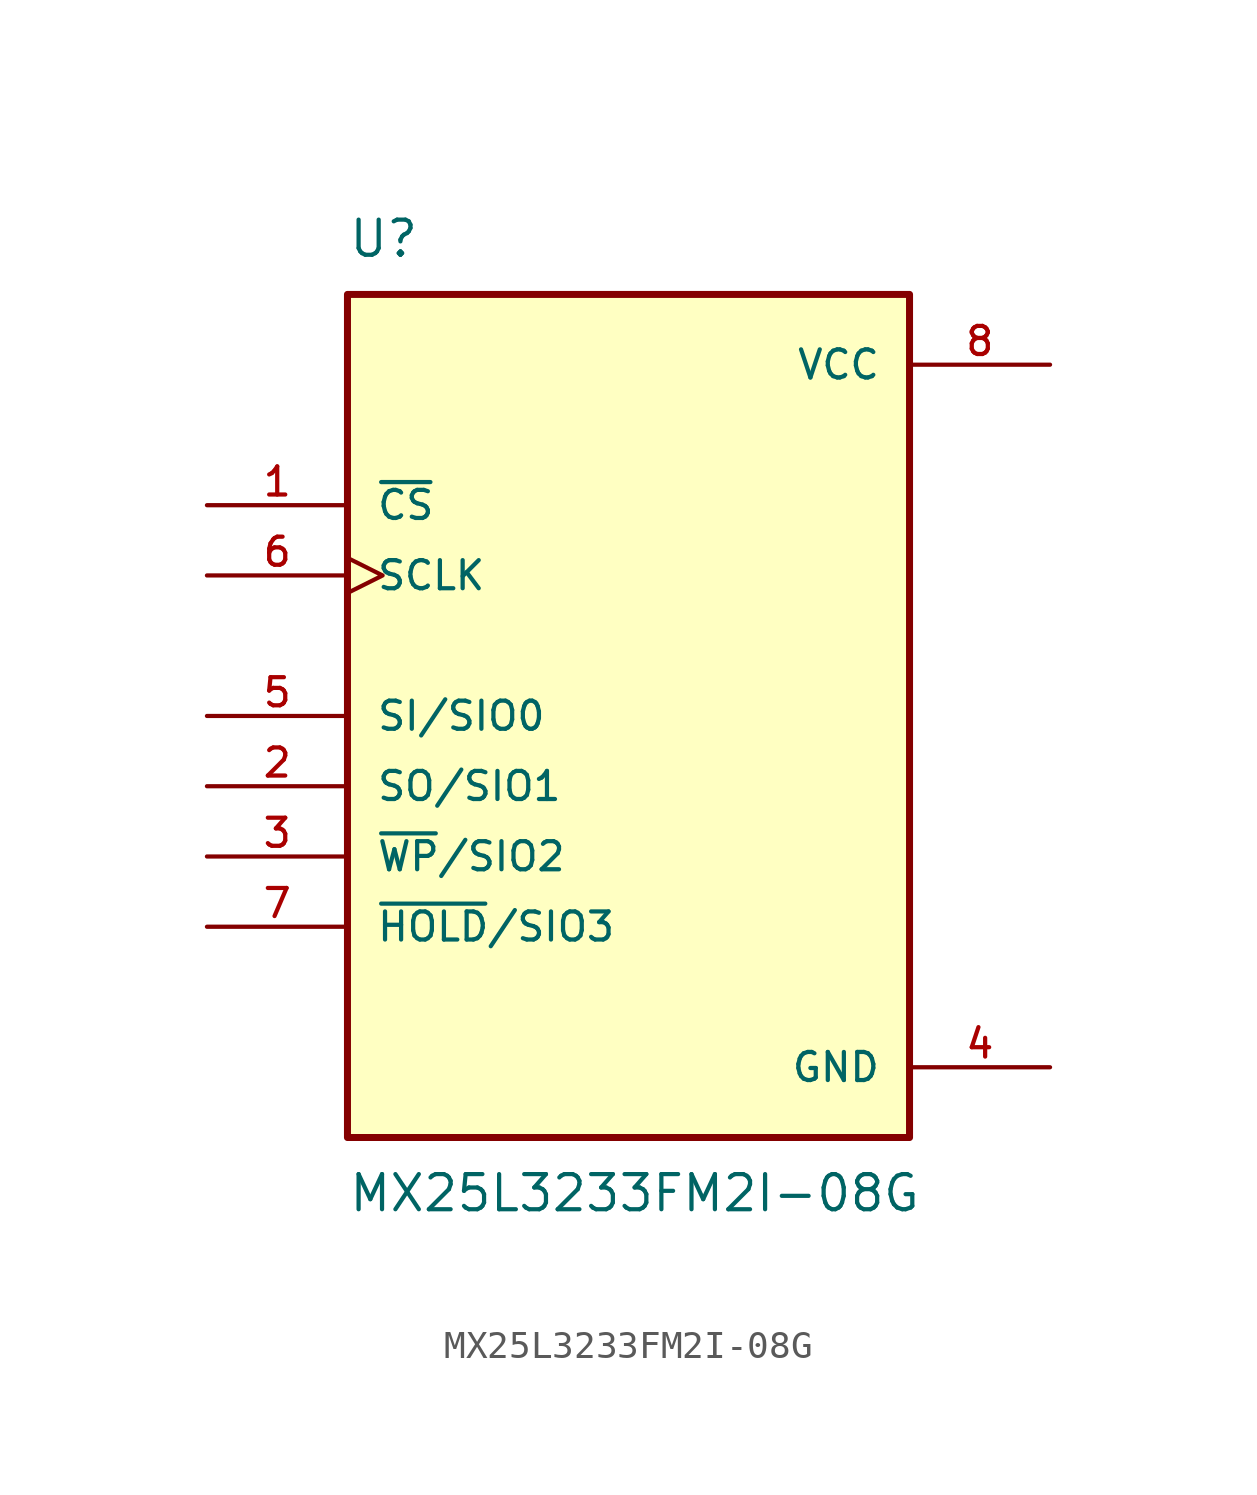
<source format=kicad_sym>
(kicad_symbol_lib
  (version 20241209)
  (generator "kicad_symbol_editor")
  (generator_version "9.0")
  (symbol "MX25L3233FM2I-08G"
    (pin_names
      (offset 1.016))
    (property "Reference" "U"
      (at -10.16 16.51 0)
      (effects (font (size 1.27 1.27)) (justify left bottom)))
    (property "Value" "MX25L3233FM2I-08G"
      (at -10.16 -16.51 0)
      (effects (font (size 1.27 1.27)) (justify left top)))
    (symbol "MX25L3233FM2I-08G_0_0"
      (rectangle (start -10.16 -15.24) (end 10.16 15.24) (stroke (width 0.254) (type default)) (fill (type background)))
      (pin input line (at -15.24 7.62 0) (length 5.08) (name "~{CS}" (effects (font (size 1.016 1.016)))) (number "1" (effects (font (size 1.016 1.016)))))
      (pin input clock (at -15.24 5.08 0) (length 5.08) (name "SCLK" (effects (font (size 1.016 1.016)))) (number "6" (effects (font (size 1.016 1.016)))))
      (pin bidirectional line (at -15.24 0 0) (length 5.08) (name "SI/SIO0" (effects (font (size 1.016 1.016)))) (number "5" (effects (font (size 1.016 1.016)))))
      (pin bidirectional line (at -15.24 -2.54 0) (length 5.08) (name "SO/SIO1" (effects (font (size 1.016 1.016)))) (number "2" (effects (font (size 1.016 1.016)))))
      (pin power_in line (at 15.24 12.7 180) (length 5.08) (name "VCC" (effects (font (size 1.016 1.016)))) (number "8" (effects (font (size 1.016 1.016)))))
      (pin power_in line (at 15.24 -12.7 180) (length 5.08) (name "GND" (effects (font (size 1.016 1.016)))) (number "4" (effects (font (size 1.016 1.016))))))
    (symbol "MX25L3233FM2I-08G_1_0"
      (pin passive line (at -15.24 -5.08 0) (length 5.08) (name "~{WP}/SIO2" (effects (font (size 1.016 1.016)))) (number "3" (effects (font (size 1.016 1.016)))))
      (pin passive line (at -15.24 -7.62 0) (length 5.08) (name "~{HOLD}/SIO3" (effects (font (size 1.016 1.016)))) (number "7" (effects (font (size 1.016 1.016))))))))
</source>
